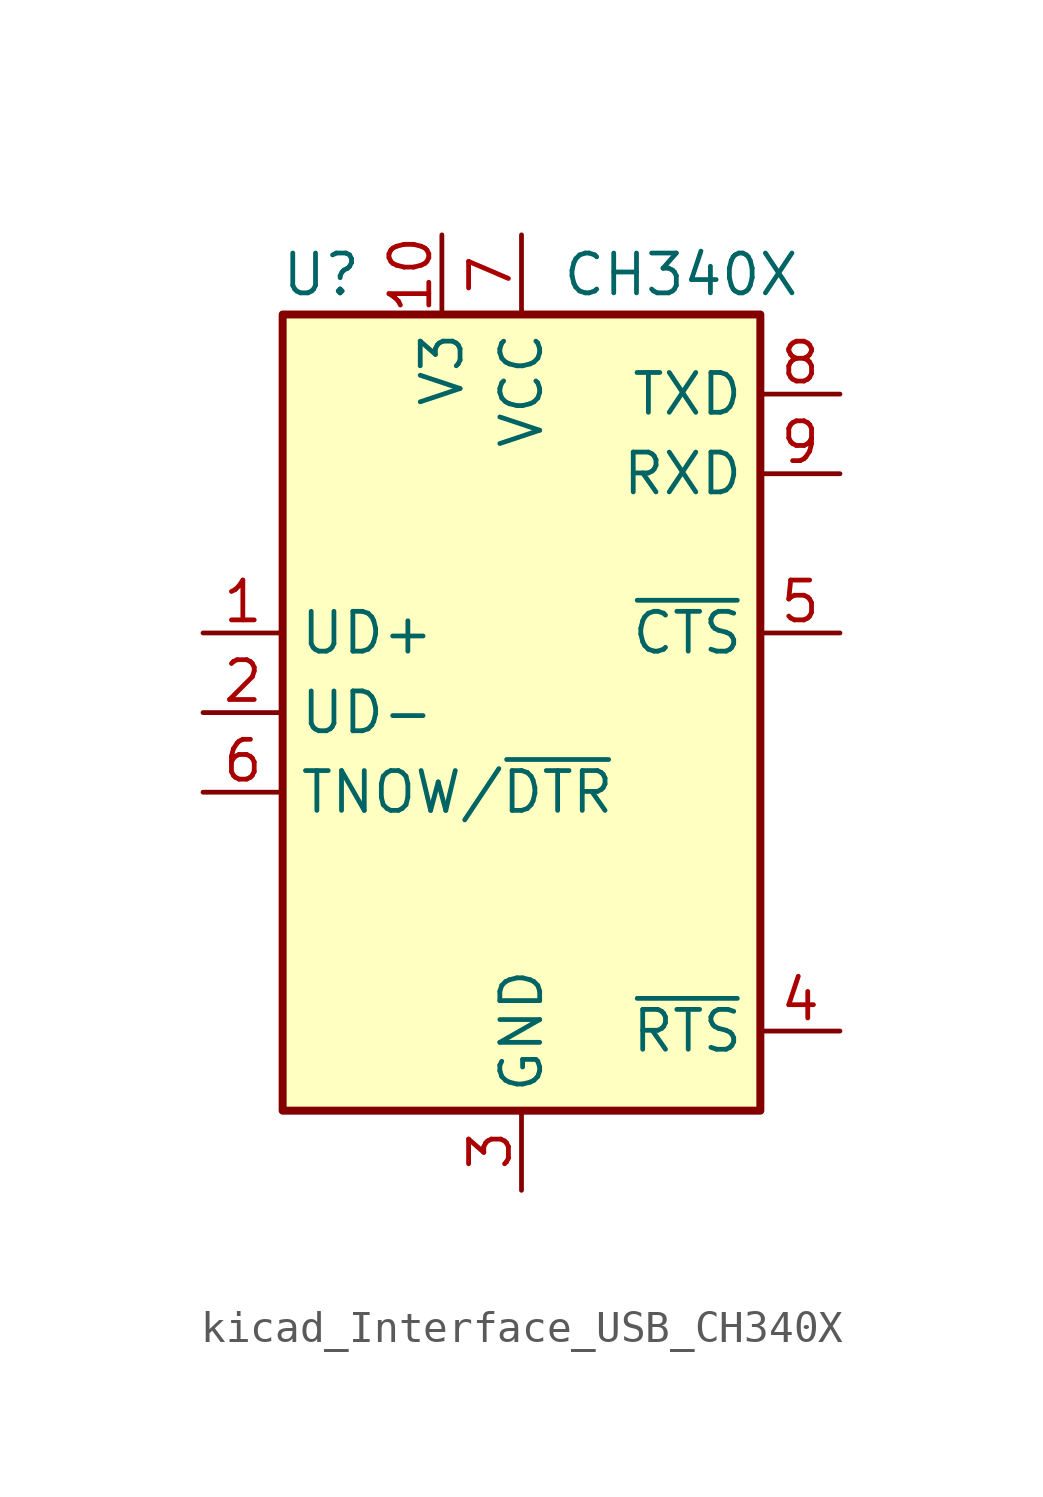
<source format=kicad_sym>
(kicad_symbol_lib
  (version 20220914)
  (generator kicad_symbol_editor)
  (symbol "kicad_Interface_USB_CH340X"
    (property "Reference" "U"
      (at -5.08 13.97 0)
      (effects (font (size 1.27 1.27)) (justify right)))
    (property "Value" "CH340X"
      (at 1.27 13.97 0)
      (effects (font (size 1.27 1.27)) (justify left)))
    (symbol "kicad_Interface_USB_CH340X_0_1"
      (rectangle (start -7.62 12.7) (end 7.62 -12.7) (stroke (width 0.254) (type default)) (fill (type background))))
    (symbol "kicad_Interface_USB_CH340X_1_1"
      (pin bidirectional line (at -10.16 2.54 0) (length 2.54) (name "UD+" (effects (font (size 1.27 1.27)))) (number "1" (effects (font (size 1.27 1.27)))))
      (pin passive line (at -2.54 15.24 270) (length 2.54) (name "V3" (effects (font (size 1.27 1.27)))) (number "10" (effects (font (size 1.27 1.27)))))
      (pin bidirectional line (at -10.16 0 0) (length 2.54) (name "UD-" (effects (font (size 1.27 1.27)))) (number "2" (effects (font (size 1.27 1.27)))))
      (pin power_in line (at 0 -15.24 90) (length 2.54) (name "GND" (effects (font (size 1.27 1.27)))) (number "3" (effects (font (size 1.27 1.27)))))
      (pin output line (at 10.16 -10.16 180) (length 2.54) (name "~{RTS}" (effects (font (size 1.27 1.27)))) (number "4" (effects (font (size 1.27 1.27)))))
      (pin input line (at 10.16 2.54 180) (length 2.54) (name "~{CTS}" (effects (font (size 1.27 1.27)))) (number "5" (effects (font (size 1.27 1.27)))))
      (pin output line (at -10.16 -2.54 0) (length 2.54) (name "TNOW/~{DTR}" (effects (font (size 1.27 1.27)))) (number "6" (effects (font (size 1.27 1.27)))))
      (pin power_in line (at 0 15.24 270) (length 2.54) (name "VCC" (effects (font (size 1.27 1.27)))) (number "7" (effects (font (size 1.27 1.27)))))
      (pin output line (at 10.16 10.16 180) (length 2.54) (name "TXD" (effects (font (size 1.27 1.27)))) (number "8" (effects (font (size 1.27 1.27)))))
      (pin input line (at 10.16 7.62 180) (length 2.54) (name "RXD" (effects (font (size 1.27 1.27)))) (number "9" (effects (font (size 1.27 1.27))))))))
</source>
